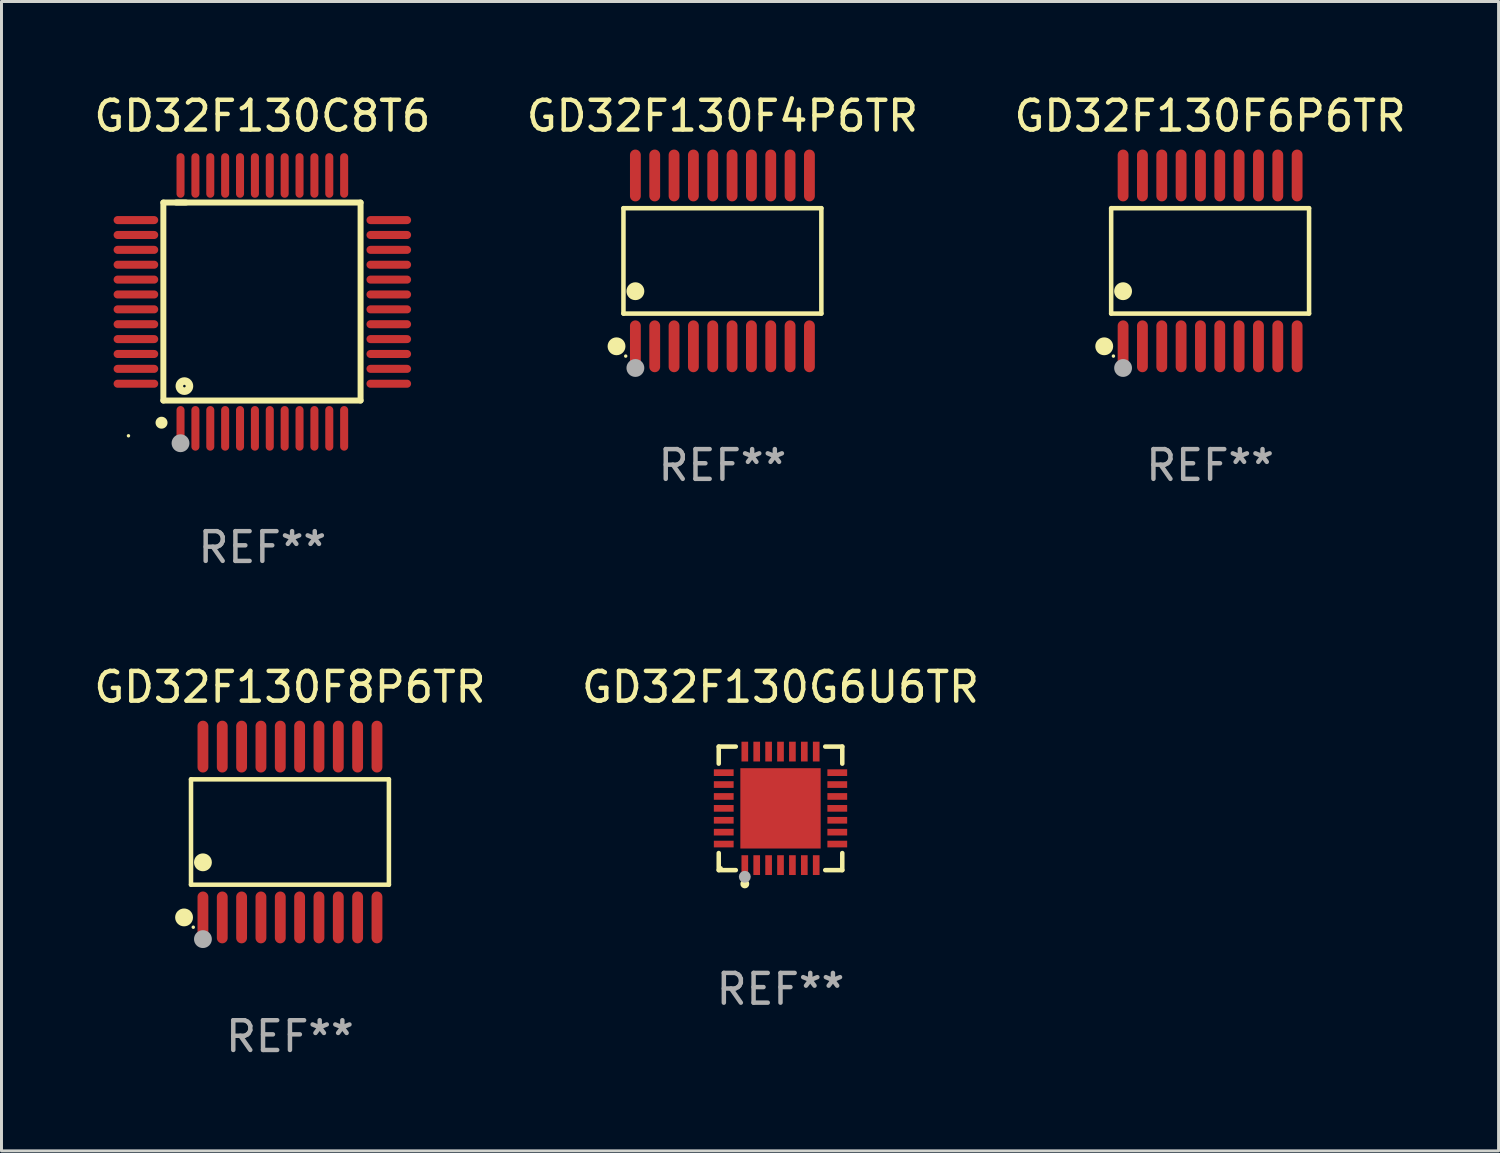
<source format=kicad_pcb>
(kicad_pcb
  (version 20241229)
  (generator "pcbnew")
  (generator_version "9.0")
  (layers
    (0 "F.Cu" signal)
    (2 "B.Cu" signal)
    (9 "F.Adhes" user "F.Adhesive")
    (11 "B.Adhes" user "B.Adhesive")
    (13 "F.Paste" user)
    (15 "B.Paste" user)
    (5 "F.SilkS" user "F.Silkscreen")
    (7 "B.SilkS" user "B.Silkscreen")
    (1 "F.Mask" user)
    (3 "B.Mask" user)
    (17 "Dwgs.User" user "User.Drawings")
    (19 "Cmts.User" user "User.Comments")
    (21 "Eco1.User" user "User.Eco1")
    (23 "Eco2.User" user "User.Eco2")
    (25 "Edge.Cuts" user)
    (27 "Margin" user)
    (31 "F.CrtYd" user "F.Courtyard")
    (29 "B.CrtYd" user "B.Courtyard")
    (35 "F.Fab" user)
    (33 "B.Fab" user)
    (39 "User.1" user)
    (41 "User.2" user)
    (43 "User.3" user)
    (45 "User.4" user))
  (footprint "GD32F130F6P6TR"
    (layer "F.Cu")
    (at 37.625 5.719)
    (property "Reference" "GD32F130F6P6TR" (at 0 -4.871 0) (layer "F.SilkS") (effects (font (size 1 1) (thickness 0.15))))
    (attr through_hole)
    (fp_line (start -3.326 -1.771) (end 3.326 -1.771) (stroke (width 0.152) (type solid)) (layer "F.SilkS"))
    (fp_line (start -3.326 1.771) (end -3.326 -1.771) (stroke (width 0.152) (type solid)) (layer "F.SilkS"))
    (fp_line (start 3.326 -1.771) (end 3.326 1.771) (stroke (width 0.152) (type solid)) (layer "F.SilkS"))
    (fp_line (start 3.326 1.771) (end -3.326 1.771) (stroke (width 0.152) (type solid)) (layer "F.SilkS"))
    (fp_circle (center -3.559 2.871) (end -3.409 2.871) (stroke (width 0.3) (type solid)) (fill no) (layer "F.SilkS"))
    (fp_circle (center -3.25 3.2) (end -3.22 3.2) (stroke (width 0.06) (type solid)) (fill no) (layer "F.SilkS"))
    (fp_circle (center -2.925 1.019) (end -2.775 1.019) (stroke (width 0.3) (type solid)) (fill no) (layer "F.SilkS"))
    (fp_circle (center -2.925 3.6) (end -2.775 3.6) (stroke (width 0.3) (type solid)) (fill no) (layer "F.Fab"))
    (fp_text user "REF**" (at 0 6.871 0) (layer "F.Fab") (effects (font (size 1 1) (thickness 0.15))))
    (pad "1" smd oval (at -2.925 2.871) (size 0.364 1.742) (layers "F.Cu" "F.Mask" "F.Paste"))
    (pad "2" smd oval (at -2.275 2.871) (size 0.364 1.742) (layers "F.Cu" "F.Mask" "F.Paste"))
    (pad "3" smd oval (at -1.625 2.871) (size 0.364 1.742) (layers "F.Cu" "F.Mask" "F.Paste"))
    (pad "4" smd oval (at -0.975 2.871) (size 0.364 1.742) (layers "F.Cu" "F.Mask" "F.Paste"))
    (pad "5" smd oval (at -0.325 2.871) (size 0.364 1.742) (layers "F.Cu" "F.Mask" "F.Paste"))
    (pad "6" smd oval (at 0.325 2.871) (size 0.364 1.742) (layers "F.Cu" "F.Mask" "F.Paste"))
    (pad "7" smd oval (at 0.975 2.871) (size 0.364 1.742) (layers "F.Cu" "F.Mask" "F.Paste"))
    (pad "8" smd oval (at 1.625 2.871) (size 0.364 1.742) (layers "F.Cu" "F.Mask" "F.Paste"))
    (pad "9" smd oval (at 2.275 2.871) (size 0.364 1.742) (layers "F.Cu" "F.Mask" "F.Paste"))
    (pad "10" smd oval (at 2.925 2.871) (size 0.364 1.742) (layers "F.Cu" "F.Mask" "F.Paste"))
    (pad "11" smd oval (at 2.925 -2.871) (size 0.364 1.742) (layers "F.Cu" "F.Mask" "F.Paste"))
    (pad "12" smd oval (at 2.275 -2.871) (size 0.364 1.742) (layers "F.Cu" "F.Mask" "F.Paste"))
    (pad "13" smd oval (at 1.625 -2.871) (size 0.364 1.742) (layers "F.Cu" "F.Mask" "F.Paste"))
    (pad "14" smd oval (at 0.975 -2.871) (size 0.364 1.742) (layers "F.Cu" "F.Mask" "F.Paste"))
    (pad "15" smd oval (at 0.325 -2.871) (size 0.364 1.742) (layers "F.Cu" "F.Mask" "F.Paste"))
    (pad "16" smd oval (at -0.325 -2.871) (size 0.364 1.742) (layers "F.Cu" "F.Mask" "F.Paste"))
    (pad "17" smd oval (at -0.975 -2.871) (size 0.364 1.742) (layers "F.Cu" "F.Mask" "F.Paste"))
    (pad "18" smd oval (at -1.625 -2.871) (size 0.364 1.742) (layers "F.Cu" "F.Mask" "F.Paste"))
    (pad "19" smd oval (at -2.275 -2.871) (size 0.364 1.742) (layers "F.Cu" "F.Mask" "F.Paste"))
    (pad "20" smd oval (at -2.925 -2.871) (size 0.364 1.742) (layers "F.Cu" "F.Mask" "F.Paste")))
  (footprint "GD32F130C8T6"
    (layer "F.Cu")
    (at 5.768 7.098)
    (property "Reference" "GD32F130C8T6" (at 0 -6.25 0) (layer "F.SilkS") (effects (font (size 1 1) (thickness 0.15))))
    (attr through_hole)
    (fp_line (start -3.327 -3.34) (end -2.565 -3.34) (stroke (width 0.2) (type solid)) (layer "F.SilkS"))
    (fp_line (start -3.327 3.315) (end -3.327 -3.34) (stroke (width 0.2) (type solid)) (layer "F.SilkS"))
    (fp_line (start -2.896 -3.34) (end 3.302 -3.34) (stroke (width 0.2) (type solid)) (layer "F.SilkS"))
    (fp_line (start 3.302 -3.34) (end 3.302 3.315) (stroke (width 0.2) (type solid)) (layer "F.SilkS"))
    (fp_line (start 3.302 3.315) (end -3.327 3.315) (stroke (width 0.2) (type solid)) (layer "F.SilkS"))
    (fp_arc (start -3.389992 4.059995) (mid -3.388722 4.059991) (end -3.387452 4.059995) (stroke (width 0.4) (type solid)) (layer "F.SilkS"))
    (fp_circle (center -4.5 4.5) (end -4.47 4.5) (stroke (width 0.06) (type solid)) (fill no) (layer "F.SilkS"))
    (fp_circle (center -2.62 2.83) (end -2.45 2.83) (stroke (width 0.254) (type solid)) (fill no) (layer "F.SilkS"))
    (fp_circle (center -2.75 4.75) (end -2.6 4.75) (stroke (width 0.3) (type solid)) (fill no) (layer "F.Fab"))
    (fp_text user "REF**" (at 0 8.25 0) (layer "F.Fab") (effects (font (size 1 1) (thickness 0.15))))
    (pad "1" smd oval (at -2.75 4.25) (size 0.27 1.5) (layers "F.Cu" "F.Mask" "F.Paste"))
    (pad "2" smd oval (at -2.25 4.25) (size 0.27 1.5) (layers "F.Cu" "F.Mask" "F.Paste"))
    (pad "3" smd oval (at -1.75 4.25) (size 0.27 1.5) (layers "F.Cu" "F.Mask" "F.Paste"))
    (pad "4" smd oval (at -1.25 4.25) (size 0.27 1.5) (layers "F.Cu" "F.Mask" "F.Paste"))
    (pad "5" smd oval (at -0.75 4.25) (size 0.27 1.5) (layers "F.Cu" "F.Mask" "F.Paste"))
    (pad "6" smd oval (at -0.25 4.25) (size 0.27 1.5) (layers "F.Cu" "F.Mask" "F.Paste"))
    (pad "7" smd oval (at 0.25 4.25) (size 0.27 1.5) (layers "F.Cu" "F.Mask" "F.Paste"))
    (pad "8" smd oval (at 0.75 4.25) (size 0.27 1.5) (layers "F.Cu" "F.Mask" "F.Paste"))
    (pad "9" smd oval (at 1.25 4.25) (size 0.27 1.5) (layers "F.Cu" "F.Mask" "F.Paste"))
    (pad "10" smd oval (at 1.75 4.25) (size 0.27 1.5) (layers "F.Cu" "F.Mask" "F.Paste"))
    (pad "11" smd oval (at 2.25 4.25) (size 0.27 1.5) (layers "F.Cu" "F.Mask" "F.Paste"))
    (pad "12" smd oval (at 2.75 4.25) (size 0.27 1.5) (layers "F.Cu" "F.Mask" "F.Paste"))
    (pad "13" smd oval (at 4.25 2.75) (size 1.5 0.27) (layers "F.Cu" "F.Mask" "F.Paste"))
    (pad "14" smd oval (at 4.25 2.25) (size 1.5 0.27) (layers "F.Cu" "F.Mask" "F.Paste"))
    (pad "15" smd oval (at 4.25 1.75) (size 1.5 0.27) (layers "F.Cu" "F.Mask" "F.Paste"))
    (pad "16" smd oval (at 4.25 1.25) (size 1.5 0.27) (layers "F.Cu" "F.Mask" "F.Paste"))
    (pad "17" smd oval (at 4.25 0.75) (size 1.5 0.27) (layers "F.Cu" "F.Mask" "F.Paste"))
    (pad "18" smd oval (at 4.25 0.25) (size 1.5 0.27) (layers "F.Cu" "F.Mask" "F.Paste"))
    (pad "19" smd oval (at 4.25 -0.25) (size 1.5 0.27) (layers "F.Cu" "F.Mask" "F.Paste"))
    (pad "20" smd oval (at 4.25 -0.75) (size 1.5 0.27) (layers "F.Cu" "F.Mask" "F.Paste"))
    (pad "21" smd oval (at 4.25 -1.25) (size 1.5 0.27) (layers "F.Cu" "F.Mask" "F.Paste"))
    (pad "22" smd oval (at 4.25 -1.75) (size 1.5 0.27) (layers "F.Cu" "F.Mask" "F.Paste"))
    (pad "23" smd oval (at 4.25 -2.25) (size 1.5 0.27) (layers "F.Cu" "F.Mask" "F.Paste"))
    (pad "24" smd oval (at 4.25 -2.75) (size 1.5 0.27) (layers "F.Cu" "F.Mask" "F.Paste"))
    (pad "25" smd oval (at 2.75 -4.25) (size 0.27 1.5) (layers "F.Cu" "F.Mask" "F.Paste"))
    (pad "26" smd oval (at 2.25 -4.25) (size 0.27 1.5) (layers "F.Cu" "F.Mask" "F.Paste"))
    (pad "27" smd oval (at 1.75 -4.25) (size 0.27 1.5) (layers "F.Cu" "F.Mask" "F.Paste"))
    (pad "28" smd oval (at 1.25 -4.25) (size 0.27 1.5) (layers "F.Cu" "F.Mask" "F.Paste"))
    (pad "29" smd oval (at 0.75 -4.25) (size 0.27 1.5) (layers "F.Cu" "F.Mask" "F.Paste"))
    (pad "30" smd oval (at 0.25 -4.25) (size 0.27 1.5) (layers "F.Cu" "F.Mask" "F.Paste"))
    (pad "31" smd oval (at -0.25 -4.25) (size 0.27 1.5) (layers "F.Cu" "F.Mask" "F.Paste"))
    (pad "32" smd oval (at -0.75 -4.25) (size 0.27 1.5) (layers "F.Cu" "F.Mask" "F.Paste"))
    (pad "33" smd oval (at -1.25 -4.25) (size 0.27 1.5) (layers "F.Cu" "F.Mask" "F.Paste"))
    (pad "34" smd oval (at -1.75 -4.25) (size 0.27 1.5) (layers "F.Cu" "F.Mask" "F.Paste"))
    (pad "35" smd oval (at -2.25 -4.25) (size 0.27 1.5) (layers "F.Cu" "F.Mask" "F.Paste"))
    (pad "36" smd oval (at -2.75 -4.25) (size 0.27 1.5) (layers "F.Cu" "F.Mask" "F.Paste"))
    (pad "37" smd oval (at -4.25 -2.75) (size 1.5 0.27) (layers "F.Cu" "F.Mask" "F.Paste"))
    (pad "38" smd oval (at -4.25 -2.25) (size 1.5 0.27) (layers "F.Cu" "F.Mask" "F.Paste"))
    (pad "39" smd oval (at -4.25 -1.75) (size 1.5 0.27) (layers "F.Cu" "F.Mask" "F.Paste"))
    (pad "40" smd oval (at -4.25 -1.25) (size 1.5 0.27) (layers "F.Cu" "F.Mask" "F.Paste"))
    (pad "41" smd oval (at -4.25 -0.75) (size 1.5 0.27) (layers "F.Cu" "F.Mask" "F.Paste"))
    (pad "42" smd oval (at -4.25 -0.25) (size 1.5 0.27) (layers "F.Cu" "F.Mask" "F.Paste"))
    (pad "43" smd oval (at -4.25 0.25) (size 1.5 0.27) (layers "F.Cu" "F.Mask" "F.Paste"))
    (pad "44" smd oval (at -4.25 0.75) (size 1.5 0.27) (layers "F.Cu" "F.Mask" "F.Paste"))
    (pad "45" smd oval (at -4.25 1.25) (size 1.5 0.27) (layers "F.Cu" "F.Mask" "F.Paste"))
    (pad "46" smd oval (at -4.25 1.75) (size 1.5 0.27) (layers "F.Cu" "F.Mask" "F.Paste"))
    (pad "47" smd oval (at -4.25 2.25) (size 1.5 0.27) (layers "F.Cu" "F.Mask" "F.Paste"))
    (pad "48" smd oval (at -4.25 2.75) (size 1.5 0.27) (layers "F.Cu" "F.Mask" "F.Paste")))
  (footprint "GD32F130F8P6TR"
    (layer "F.Cu")
    (at 6.696 24.916)
    (property "Reference" "GD32F130F8P6TR" (at 0 -4.871 0) (layer "F.SilkS") (effects (font (size 1 1) (thickness 0.15))))
    (attr through_hole)
    (fp_line (start -3.326 -1.771) (end 3.326 -1.771) (stroke (width 0.152) (type solid)) (layer "F.SilkS"))
    (fp_line (start -3.326 1.771) (end -3.326 -1.771) (stroke (width 0.152) (type solid)) (layer "F.SilkS"))
    (fp_line (start 3.326 -1.771) (end 3.326 1.771) (stroke (width 0.152) (type solid)) (layer "F.SilkS"))
    (fp_line (start 3.326 1.771) (end -3.326 1.771) (stroke (width 0.152) (type solid)) (layer "F.SilkS"))
    (fp_circle (center -3.559 2.871) (end -3.409 2.871) (stroke (width 0.3) (type solid)) (fill no) (layer "F.SilkS"))
    (fp_circle (center -3.25 3.2) (end -3.22 3.2) (stroke (width 0.06) (type solid)) (fill no) (layer "F.SilkS"))
    (fp_circle (center -2.925 1.019) (end -2.775 1.019) (stroke (width 0.3) (type solid)) (fill no) (layer "F.SilkS"))
    (fp_circle (center -2.925 3.6) (end -2.775 3.6) (stroke (width 0.3) (type solid)) (fill no) (layer "F.Fab"))
    (fp_text user "REF**" (at 0 6.871 0) (layer "F.Fab") (effects (font (size 1 1) (thickness 0.15))))
    (pad "1" smd oval (at -2.925 2.871) (size 0.364 1.742) (layers "F.Cu" "F.Mask" "F.Paste"))
    (pad "2" smd oval (at -2.275 2.871) (size 0.364 1.742) (layers "F.Cu" "F.Mask" "F.Paste"))
    (pad "3" smd oval (at -1.625 2.871) (size 0.364 1.742) (layers "F.Cu" "F.Mask" "F.Paste"))
    (pad "4" smd oval (at -0.975 2.871) (size 0.364 1.742) (layers "F.Cu" "F.Mask" "F.Paste"))
    (pad "5" smd oval (at -0.325 2.871) (size 0.364 1.742) (layers "F.Cu" "F.Mask" "F.Paste"))
    (pad "6" smd oval (at 0.325 2.871) (size 0.364 1.742) (layers "F.Cu" "F.Mask" "F.Paste"))
    (pad "7" smd oval (at 0.975 2.871) (size 0.364 1.742) (layers "F.Cu" "F.Mask" "F.Paste"))
    (pad "8" smd oval (at 1.625 2.871) (size 0.364 1.742) (layers "F.Cu" "F.Mask" "F.Paste"))
    (pad "9" smd oval (at 2.275 2.871) (size 0.364 1.742) (layers "F.Cu" "F.Mask" "F.Paste"))
    (pad "10" smd oval (at 2.925 2.871) (size 0.364 1.742) (layers "F.Cu" "F.Mask" "F.Paste"))
    (pad "11" smd oval (at 2.925 -2.871) (size 0.364 1.742) (layers "F.Cu" "F.Mask" "F.Paste"))
    (pad "12" smd oval (at 2.275 -2.871) (size 0.364 1.742) (layers "F.Cu" "F.Mask" "F.Paste"))
    (pad "13" smd oval (at 1.625 -2.871) (size 0.364 1.742) (layers "F.Cu" "F.Mask" "F.Paste"))
    (pad "14" smd oval (at 0.975 -2.871) (size 0.364 1.742) (layers "F.Cu" "F.Mask" "F.Paste"))
    (pad "15" smd oval (at 0.325 -2.871) (size 0.364 1.742) (layers "F.Cu" "F.Mask" "F.Paste"))
    (pad "16" smd oval (at -0.325 -2.871) (size 0.364 1.742) (layers "F.Cu" "F.Mask" "F.Paste"))
    (pad "17" smd oval (at -0.975 -2.871) (size 0.364 1.742) (layers "F.Cu" "F.Mask" "F.Paste"))
    (pad "18" smd oval (at -1.625 -2.871) (size 0.364 1.742) (layers "F.Cu" "F.Mask" "F.Paste"))
    (pad "19" smd oval (at -2.275 -2.871) (size 0.364 1.742) (layers "F.Cu" "F.Mask" "F.Paste"))
    (pad "20" smd oval (at -2.925 -2.871) (size 0.364 1.742) (layers "F.Cu" "F.Mask" "F.Paste")))
  (footprint "GD32F130G6U6TR"
    (layer "F.Cu")
    (at 23.185 24.121)
    (property "Reference" "GD32F130G6U6TR" (at 0 -4.076 0) (layer "F.SilkS") (effects (font (size 1 1) (thickness 0.15))))
    (attr through_hole)
    (fp_line (start -2.076 -2.076) (end -1.503 -2.076) (stroke (width 0.152) (type solid)) (layer "F.SilkS"))
    (fp_line (start -2.076 -1.503) (end -2.076 -2.076) (stroke (width 0.152) (type solid)) (layer "F.SilkS"))
    (fp_line (start -2.076 1.503) (end -2.076 2.076) (stroke (width 0.152) (type solid)) (layer "F.SilkS"))
    (fp_line (start -2.076 2.076) (end -1.503 2.076) (stroke (width 0.152) (type solid)) (layer "F.SilkS"))
    (fp_line (start 2.076 -2.076) (end 1.503 -2.076) (stroke (width 0.152) (type solid)) (layer "F.SilkS"))
    (fp_line (start 2.076 -1.503) (end 2.076 -2.076) (stroke (width 0.152) (type solid)) (layer "F.SilkS"))
    (fp_line (start 2.076 1.503) (end 2.076 2.076) (stroke (width 0.152) (type solid)) (layer "F.SilkS"))
    (fp_line (start 2.076 2.076) (end 1.503 2.076) (stroke (width 0.152) (type solid)) (layer "F.SilkS"))
    (fp_circle (center -2 2) (end -1.97 2) (stroke (width 0.06) (type solid)) (fill no) (layer "F.SilkS"))
    (fp_circle (center -1.2 2.54) (end -1.125 2.54) (stroke (width 0.15) (type solid)) (fill no) (layer "F.SilkS"))
    (fp_circle (center -1.2 2.3) (end -1.1 2.3) (stroke (width 0.2) (type solid)) (fill no) (layer "F.Fab"))
    (fp_text user "REF**" (at 0 6.076 0) (layer "F.Fab") (effects (font (size 1 1) (thickness 0.15))))
    (pad "1" smd rect (at -1.2 1.908) (size 0.224 0.665) (layers "F.Cu" "F.Mask" "F.Paste"))
    (pad "2" smd rect (at -0.8 1.908) (size 0.224 0.665) (layers "F.Cu" "F.Mask" "F.Paste"))
    (pad "3" smd rect (at -0.4 1.908) (size 0.224 0.665) (layers "F.Cu" "F.Mask" "F.Paste"))
    (pad "4" smd rect (at 0 1.908) (size 0.224 0.665) (layers "F.Cu" "F.Mask" "F.Paste"))
    (pad "5" smd rect (at 0.4 1.908) (size 0.224 0.665) (layers "F.Cu" "F.Mask" "F.Paste"))
    (pad "6" smd rect (at 0.8 1.908) (size 0.224 0.665) (layers "F.Cu" "F.Mask" "F.Paste"))
    (pad "7" smd rect (at 1.2 1.908) (size 0.224 0.665) (layers "F.Cu" "F.Mask" "F.Paste"))
    (pad "8" smd rect (at 1.908 1.2) (size 0.665 0.224) (layers "F.Cu" "F.Mask" "F.Paste"))
    (pad "9" smd rect (at 1.908 0.8) (size 0.665 0.224) (layers "F.Cu" "F.Mask" "F.Paste"))
    (pad "10" smd rect (at 1.908 0.4) (size 0.665 0.224) (layers "F.Cu" "F.Mask" "F.Paste"))
    (pad "11" smd rect (at 1.908 0) (size 0.665 0.224) (layers "F.Cu" "F.Mask" "F.Paste"))
    (pad "12" smd rect (at 1.908 -0.4) (size 0.665 0.224) (layers "F.Cu" "F.Mask" "F.Paste"))
    (pad "13" smd rect (at 1.908 -0.8) (size 0.665 0.224) (layers "F.Cu" "F.Mask" "F.Paste"))
    (pad "14" smd rect (at 1.908 -1.2) (size 0.665 0.224) (layers "F.Cu" "F.Mask" "F.Paste"))
    (pad "15" smd rect (at 1.2 -1.908) (size 0.224 0.665) (layers "F.Cu" "F.Mask" "F.Paste"))
    (pad "16" smd rect (at 0.8 -1.908) (size 0.224 0.665) (layers "F.Cu" "F.Mask" "F.Paste"))
    (pad "17" smd rect (at 0.4 -1.908) (size 0.224 0.665) (layers "F.Cu" "F.Mask" "F.Paste"))
    (pad "18" smd rect (at 0 -1.908) (size 0.224 0.665) (layers "F.Cu" "F.Mask" "F.Paste"))
    (pad "19" smd rect (at -0.4 -1.908) (size 0.224 0.665) (layers "F.Cu" "F.Mask" "F.Paste"))
    (pad "20" smd rect (at -0.8 -1.908) (size 0.224 0.665) (layers "F.Cu" "F.Mask" "F.Paste"))
    (pad "21" smd rect (at -1.2 -1.908) (size 0.224 0.665) (layers "F.Cu" "F.Mask" "F.Paste"))
    (pad "22" smd rect (at -1.908 -1.2) (size 0.665 0.224) (layers "F.Cu" "F.Mask" "F.Paste"))
    (pad "23" smd rect (at -1.908 -0.8) (size 0.665 0.224) (layers "F.Cu" "F.Mask" "F.Paste"))
    (pad "24" smd rect (at -1.908 -0.4) (size 0.665 0.224) (layers "F.Cu" "F.Mask" "F.Paste"))
    (pad "25" smd rect (at -1.908 0) (size 0.665 0.224) (layers "F.Cu" "F.Mask" "F.Paste"))
    (pad "26" smd rect (at -1.908 0.4) (size 0.665 0.224) (layers "F.Cu" "F.Mask" "F.Paste"))
    (pad "27" smd rect (at -1.908 0.8) (size 0.665 0.224) (layers "F.Cu" "F.Mask" "F.Paste"))
    (pad "28" smd rect (at -1.908 1.2) (size 0.665 0.224) (layers "F.Cu" "F.Mask" "F.Paste"))
    (pad "29" smd rect (at 0 0) (size 2.7 2.7) (layers "F.Cu" "F.Mask" "F.Paste")))
  (footprint "GD32F130F4P6TR"
    (layer "F.Cu")
    (at 21.232 5.719)
    (property "Reference" "GD32F130F4P6TR" (at 0 -4.871 0) (layer "F.SilkS") (effects (font (size 1 1) (thickness 0.15))))
    (attr through_hole)
    (fp_line (start -3.326 -1.771) (end 3.326 -1.771) (stroke (width 0.152) (type solid)) (layer "F.SilkS"))
    (fp_line (start -3.326 1.771) (end -3.326 -1.771) (stroke (width 0.152) (type solid)) (layer "F.SilkS"))
    (fp_line (start 3.326 -1.771) (end 3.326 1.771) (stroke (width 0.152) (type solid)) (layer "F.SilkS"))
    (fp_line (start 3.326 1.771) (end -3.326 1.771) (stroke (width 0.152) (type solid)) (layer "F.SilkS"))
    (fp_circle (center -3.559 2.871) (end -3.409 2.871) (stroke (width 0.3) (type solid)) (fill no) (layer "F.SilkS"))
    (fp_circle (center -3.25 3.2) (end -3.22 3.2) (stroke (width 0.06) (type solid)) (fill no) (layer "F.SilkS"))
    (fp_circle (center -2.925 1.019) (end -2.775 1.019) (stroke (width 0.3) (type solid)) (fill no) (layer "F.SilkS"))
    (fp_circle (center -2.925 3.6) (end -2.775 3.6) (stroke (width 0.3) (type solid)) (fill no) (layer "F.Fab"))
    (fp_text user "REF**" (at 0 6.871 0) (layer "F.Fab") (effects (font (size 1 1) (thickness 0.15))))
    (pad "1" smd oval (at -2.925 2.871) (size 0.364 1.742) (layers "F.Cu" "F.Mask" "F.Paste"))
    (pad "2" smd oval (at -2.275 2.871) (size 0.364 1.742) (layers "F.Cu" "F.Mask" "F.Paste"))
    (pad "3" smd oval (at -1.625 2.871) (size 0.364 1.742) (layers "F.Cu" "F.Mask" "F.Paste"))
    (pad "4" smd oval (at -0.975 2.871) (size 0.364 1.742) (layers "F.Cu" "F.Mask" "F.Paste"))
    (pad "5" smd oval (at -0.325 2.871) (size 0.364 1.742) (layers "F.Cu" "F.Mask" "F.Paste"))
    (pad "6" smd oval (at 0.325 2.871) (size 0.364 1.742) (layers "F.Cu" "F.Mask" "F.Paste"))
    (pad "7" smd oval (at 0.975 2.871) (size 0.364 1.742) (layers "F.Cu" "F.Mask" "F.Paste"))
    (pad "8" smd oval (at 1.625 2.871) (size 0.364 1.742) (layers "F.Cu" "F.Mask" "F.Paste"))
    (pad "9" smd oval (at 2.275 2.871) (size 0.364 1.742) (layers "F.Cu" "F.Mask" "F.Paste"))
    (pad "10" smd oval (at 2.925 2.871) (size 0.364 1.742) (layers "F.Cu" "F.Mask" "F.Paste"))
    (pad "11" smd oval (at 2.925 -2.871) (size 0.364 1.742) (layers "F.Cu" "F.Mask" "F.Paste"))
    (pad "12" smd oval (at 2.275 -2.871) (size 0.364 1.742) (layers "F.Cu" "F.Mask" "F.Paste"))
    (pad "13" smd oval (at 1.625 -2.871) (size 0.364 1.742) (layers "F.Cu" "F.Mask" "F.Paste"))
    (pad "14" smd oval (at 0.975 -2.871) (size 0.364 1.742) (layers "F.Cu" "F.Mask" "F.Paste"))
    (pad "15" smd oval (at 0.325 -2.871) (size 0.364 1.742) (layers "F.Cu" "F.Mask" "F.Paste"))
    (pad "16" smd oval (at -0.325 -2.871) (size 0.364 1.742) (layers "F.Cu" "F.Mask" "F.Paste"))
    (pad "17" smd oval (at -0.975 -2.871) (size 0.364 1.742) (layers "F.Cu" "F.Mask" "F.Paste"))
    (pad "18" smd oval (at -1.625 -2.871) (size 0.364 1.742) (layers "F.Cu" "F.Mask" "F.Paste"))
    (pad "19" smd oval (at -2.275 -2.871) (size 0.364 1.742) (layers "F.Cu" "F.Mask" "F.Paste"))
    (pad "20" smd oval (at -2.925 -2.871) (size 0.364 1.742) (layers "F.Cu" "F.Mask" "F.Paste")))
  (gr_rect
    (start -3 -3)
    (end 47.321 35.635)
    (stroke (width 0.1) (type default))
    (fill no)
    (layer "Edge.Cuts")))
</source>
